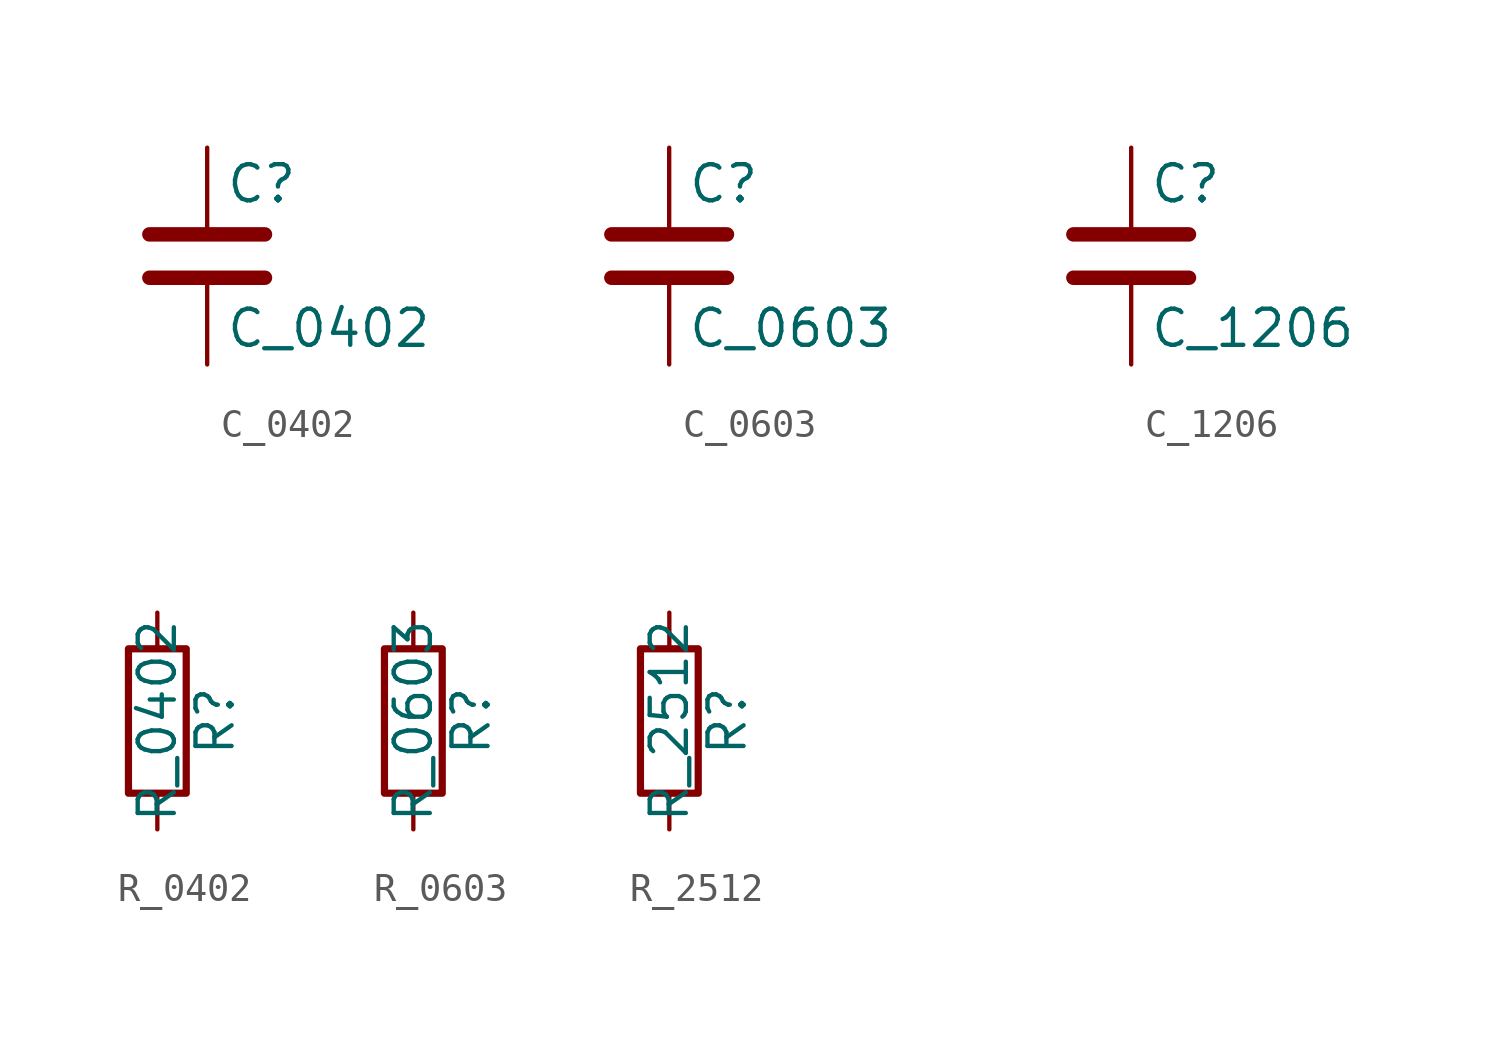
<source format=kicad_sym>
(kicad_symbol_lib
  (version 20241209)
  (generator "kicad_symbol_editor")
  (generator_version "9.0")
  (symbol "C_0402"
    (pin_numbers
      (hide yes))
    (pin_names
      (offset 0.254))
    (property "Reference" "C"
      (at 0.635 2.54 0)
      (effects (font (size 1.27 1.27)) (justify left)))
    (property "Value" "C_0402"
      (at 0.635 -2.54 0)
      (effects (font (size 1.27 1.27)) (justify left)))
    (symbol "C_0402_0_1"
      (polyline (pts (xy -2.032 0.762) (xy 2.032 0.762)) (stroke (width 0.508) (type default)) (fill (type none)))
      (polyline (pts (xy -2.032 -0.762) (xy 2.032 -0.762)) (stroke (width 0.508) (type default)) (fill (type none))))
    (symbol "C_0402_1_1"
      (pin passive line (at 0 3.81 270) (length 2.794) (name "~" (effects (font (size 1.27 1.27)))) (number "1" (effects (font (size 1.27 1.27)))))
      (pin passive line (at 0 -3.81 90) (length 2.794) (name "~" (effects (font (size 1.27 1.27)))) (number "2" (effects (font (size 1.27 1.27)))))))
  (symbol "C_0603"
    (pin_numbers
      (hide yes))
    (pin_names
      (offset 0.254))
    (property "Reference" "C"
      (at 0.635 2.54 0)
      (effects (font (size 1.27 1.27)) (justify left)))
    (property "Value" "C_0603"
      (at 0.635 -2.54 0)
      (effects (font (size 1.27 1.27)) (justify left)))
    (symbol "C_0603_0_1"
      (polyline (pts (xy -2.032 0.762) (xy 2.032 0.762)) (stroke (width 0.508) (type default)) (fill (type none)))
      (polyline (pts (xy -2.032 -0.762) (xy 2.032 -0.762)) (stroke (width 0.508) (type default)) (fill (type none))))
    (symbol "C_0603_1_1"
      (pin passive line (at 0 3.81 270) (length 2.794) (name "~" (effects (font (size 1.27 1.27)))) (number "1" (effects (font (size 1.27 1.27)))))
      (pin passive line (at 0 -3.81 90) (length 2.794) (name "~" (effects (font (size 1.27 1.27)))) (number "2" (effects (font (size 1.27 1.27)))))))
  (symbol "C_1206"
    (pin_numbers
      (hide yes))
    (pin_names
      (offset 0.254))
    (property "Reference" "C"
      (at 0.635 2.54 0)
      (effects (font (size 1.27 1.27)) (justify left)))
    (property "Value" "C_1206"
      (at 0.635 -2.54 0)
      (effects (font (size 1.27 1.27)) (justify left)))
    (symbol "C_1206_0_1"
      (polyline (pts (xy -2.032 0.762) (xy 2.032 0.762)) (stroke (width 0.508) (type default)) (fill (type none)))
      (polyline (pts (xy -2.032 -0.762) (xy 2.032 -0.762)) (stroke (width 0.508) (type default)) (fill (type none))))
    (symbol "C_1206_1_1"
      (pin passive line (at 0 3.81 270) (length 2.794) (name "~" (effects (font (size 1.27 1.27)))) (number "1" (effects (font (size 1.27 1.27)))))
      (pin passive line (at 0 -3.81 90) (length 2.794) (name "~" (effects (font (size 1.27 1.27)))) (number "2" (effects (font (size 1.27 1.27)))))))
  (symbol "R_0402"
    (pin_numbers
      (hide yes))
    (pin_names
      (offset 0))
    (property "Reference" "R"
      (at 2.032 0 90)
      (effects (font (size 1.27 1.27))))
    (property "Value" "R_0402"
      (at 0 0 90)
      (effects (font (size 1.27 1.27))))
    (symbol "R_0402_0_1"
      (rectangle (start -1.016 -2.54) (end 1.016 2.54) (stroke (width 0.254) (type default)) (fill (type none))))
    (symbol "R_0402_1_1"
      (pin passive line (at 0 3.81 270) (length 1.27) (name "~" (effects (font (size 1.27 1.27)))) (number "1" (effects (font (size 1.27 1.27)))))
      (pin passive line (at 0 -3.81 90) (length 1.27) (name "~" (effects (font (size 1.27 1.27)))) (number "2" (effects (font (size 1.27 1.27)))))))
  (symbol "R_0603"
    (pin_numbers
      (hide yes))
    (pin_names
      (offset 0))
    (property "Reference" "R"
      (at 2.032 0 90)
      (effects (font (size 1.27 1.27))))
    (property "Value" "R_0603"
      (at 0 0 90)
      (effects (font (size 1.27 1.27))))
    (symbol "R_0603_0_1"
      (rectangle (start -1.016 -2.54) (end 1.016 2.54) (stroke (width 0.254) (type default)) (fill (type none))))
    (symbol "R_0603_1_1"
      (pin passive line (at 0 3.81 270) (length 1.27) (name "~" (effects (font (size 1.27 1.27)))) (number "1" (effects (font (size 1.27 1.27)))))
      (pin passive line (at 0 -3.81 90) (length 1.27) (name "~" (effects (font (size 1.27 1.27)))) (number "2" (effects (font (size 1.27 1.27)))))))
  (symbol "R_2512"
    (pin_numbers
      (hide yes))
    (pin_names
      (offset 0))
    (property "Reference" "R"
      (at 2.032 0 90)
      (effects (font (size 1.27 1.27))))
    (property "Value" "R_2512"
      (at 0 0 90)
      (effects (font (size 1.27 1.27))))
    (symbol "R_2512_0_1"
      (rectangle (start -1.016 -2.54) (end 1.016 2.54) (stroke (width 0.254) (type default)) (fill (type none))))
    (symbol "R_2512_1_1"
      (pin passive line (at 0 3.81 270) (length 1.27) (name "~" (effects (font (size 1.27 1.27)))) (number "1" (effects (font (size 1.27 1.27)))))
      (pin passive line (at 0 -3.81 90) (length 1.27) (name "~" (effects (font (size 1.27 1.27)))) (number "2" (effects (font (size 1.27 1.27))))))))
</source>
